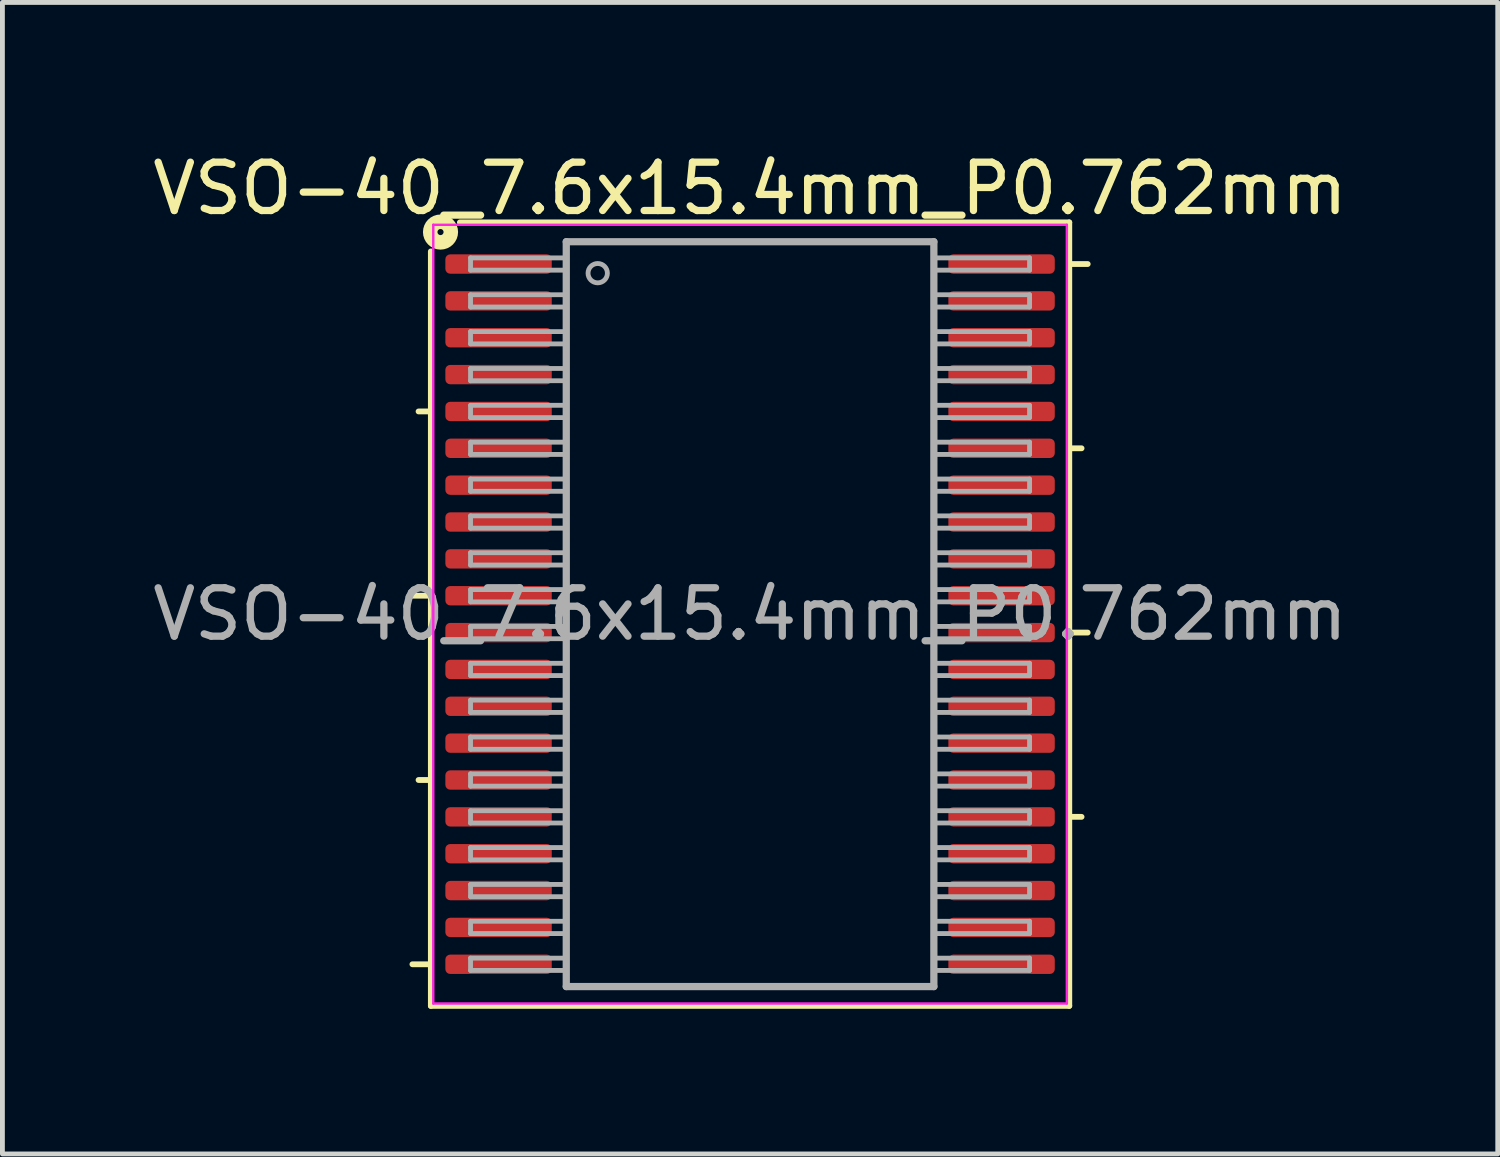
<source format=kicad_pcb>
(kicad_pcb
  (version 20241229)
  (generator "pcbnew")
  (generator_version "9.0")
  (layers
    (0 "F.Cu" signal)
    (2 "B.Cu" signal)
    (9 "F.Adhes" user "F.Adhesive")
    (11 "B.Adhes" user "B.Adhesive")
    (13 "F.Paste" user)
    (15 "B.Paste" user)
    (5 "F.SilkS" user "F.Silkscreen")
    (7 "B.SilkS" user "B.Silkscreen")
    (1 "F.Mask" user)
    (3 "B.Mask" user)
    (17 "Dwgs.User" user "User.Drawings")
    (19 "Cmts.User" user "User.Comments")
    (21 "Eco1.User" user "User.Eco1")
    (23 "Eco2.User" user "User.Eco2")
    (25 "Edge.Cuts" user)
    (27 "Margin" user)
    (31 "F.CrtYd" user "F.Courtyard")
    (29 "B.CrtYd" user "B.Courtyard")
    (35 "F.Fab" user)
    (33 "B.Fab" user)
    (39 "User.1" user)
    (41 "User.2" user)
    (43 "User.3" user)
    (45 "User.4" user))
  (footprint "VSO-40_7.6x15.4mm_P0.762mm"
    (layer "F.Cu")
    (at 12.458 9.648)
    (property "Reference" "VSO-40_7.6x15.4mm_P0.762mm" (at 0 -8.8 0) (layer "F.SilkS") (effects (font (size 1 1) (thickness 0.15))))
    (attr smd)
    (fp_line (start -6.663 -0.381) (end -6.981 -0.381) (stroke (width 0.12) (type solid)) (layer "F.SilkS"))
    (fp_line (start -6.6 -7.5) (end -6.6 8.1) (stroke (width 0.12) (type solid)) (layer "F.SilkS"))
    (fp_line (start -6.6 -4.191) (end -6.854 -4.191) (stroke (width 0.12) (type solid)) (layer "F.SilkS"))
    (fp_line (start -6.6 3.429) (end -6.854 3.429) (stroke (width 0.12) (type solid)) (layer "F.SilkS"))
    (fp_line (start -6.6 7.239) (end -6.981 7.239) (stroke (width 0.12) (type solid)) (layer "F.SilkS"))
    (fp_line (start -6.6 8.1) (end 6.6 8.1) (stroke (width 0.12) (type solid)) (layer "F.SilkS"))
    (fp_line (start 6.6 -8.1) (end -6 -8.1) (stroke (width 0.12) (type solid)) (layer "F.SilkS"))
    (fp_line (start 6.6 -7.239) (end 6.981 -7.239) (stroke (width 0.12) (type solid)) (layer "F.SilkS"))
    (fp_line (start 6.6 -3.429) (end 6.854 -3.429) (stroke (width 0.12) (type solid)) (layer "F.SilkS"))
    (fp_line (start 6.6 0.381) (end 6.981 0.381) (stroke (width 0.12) (type solid)) (layer "F.SilkS"))
    (fp_line (start 6.6 4.191) (end 6.854 4.191) (stroke (width 0.12) (type solid)) (layer "F.SilkS"))
    (fp_line (start 6.6 8.1) (end 6.6 -8.1) (stroke (width 0.12) (type solid)) (layer "F.SilkS"))
    (fp_circle (center -6.4 -7.9) (end -6.337 -7.9) (stroke (width 0.3) (type solid)) (fill no) (layer "F.SilkS"))
    (fp_line (start -6.55 -8.05) (end -6.55 8.05) (stroke (width 0.05) (type solid)) (layer "F.CrtYd"))
    (fp_line (start -6.55 -8.05) (end 6.55 -8.05) (stroke (width 0.05) (type solid)) (layer "F.CrtYd"))
    (fp_line (start -6.55 8.05) (end 6.55 8.05) (stroke (width 0.05) (type solid)) (layer "F.CrtYd"))
    (fp_line (start 6.55 -8.05) (end 6.55 8.05) (stroke (width 0.05) (type solid)) (layer "F.CrtYd"))
    (fp_line (start -5.779 -7.366) (end -5.779 -7.112) (stroke (width 0.1) (type solid)) (layer "F.Fab"))
    (fp_line (start -5.779 -7.366) (end -3.81 -7.366) (stroke (width 0.1) (type solid)) (layer "F.Fab"))
    (fp_line (start -5.779 -7.112) (end -3.81 -7.112) (stroke (width 0.1) (type solid)) (layer "F.Fab"))
    (fp_line (start -5.779 -6.604) (end -5.779 -6.35) (stroke (width 0.1) (type solid)) (layer "F.Fab"))
    (fp_line (start -5.779 -6.604) (end -3.81 -6.604) (stroke (width 0.1) (type solid)) (layer "F.Fab"))
    (fp_line (start -5.779 -6.35) (end -3.81 -6.35) (stroke (width 0.1) (type solid)) (layer "F.Fab"))
    (fp_line (start -5.779 -5.842) (end -5.779 -5.588) (stroke (width 0.1) (type solid)) (layer "F.Fab"))
    (fp_line (start -5.779 -5.842) (end -3.81 -5.842) (stroke (width 0.1) (type solid)) (layer "F.Fab"))
    (fp_line (start -5.779 -5.588) (end -3.81 -5.588) (stroke (width 0.1) (type solid)) (layer "F.Fab"))
    (fp_line (start -5.779 -5.08) (end -5.779 -4.826) (stroke (width 0.1) (type solid)) (layer "F.Fab"))
    (fp_line (start -5.779 -5.08) (end -3.81 -5.08) (stroke (width 0.1) (type solid)) (layer "F.Fab"))
    (fp_line (start -5.779 -4.826) (end -3.81 -4.826) (stroke (width 0.1) (type solid)) (layer "F.Fab"))
    (fp_line (start -5.779 -4.318) (end -5.779 -4.064) (stroke (width 0.1) (type solid)) (layer "F.Fab"))
    (fp_line (start -5.779 -4.318) (end -3.81 -4.318) (stroke (width 0.1) (type solid)) (layer "F.Fab"))
    (fp_line (start -5.779 -4.064) (end -3.81 -4.064) (stroke (width 0.1) (type solid)) (layer "F.Fab"))
    (fp_line (start -5.779 -3.556) (end -5.779 -3.302) (stroke (width 0.1) (type solid)) (layer "F.Fab"))
    (fp_line (start -5.779 -3.556) (end -3.81 -3.556) (stroke (width 0.1) (type solid)) (layer "F.Fab"))
    (fp_line (start -5.779 -3.302) (end -3.81 -3.302) (stroke (width 0.1) (type solid)) (layer "F.Fab"))
    (fp_line (start -5.779 -2.794) (end -5.779 -2.54) (stroke (width 0.1) (type solid)) (layer "F.Fab"))
    (fp_line (start -5.779 -2.794) (end -3.81 -2.794) (stroke (width 0.1) (type solid)) (layer "F.Fab"))
    (fp_line (start -5.779 -2.54) (end -3.81 -2.54) (stroke (width 0.1) (type solid)) (layer "F.Fab"))
    (fp_line (start -5.779 -2.032) (end -5.779 -1.778) (stroke (width 0.1) (type solid)) (layer "F.Fab"))
    (fp_line (start -5.779 -2.032) (end -3.81 -2.032) (stroke (width 0.1) (type solid)) (layer "F.Fab"))
    (fp_line (start -5.779 -1.778) (end -3.81 -1.778) (stroke (width 0.1) (type solid)) (layer "F.Fab"))
    (fp_line (start -5.779 -1.27) (end -5.779 -1.016) (stroke (width 0.1) (type solid)) (layer "F.Fab"))
    (fp_line (start -5.779 -1.27) (end -3.81 -1.27) (stroke (width 0.1) (type solid)) (layer "F.Fab"))
    (fp_line (start -5.779 -1.016) (end -3.81 -1.016) (stroke (width 0.1) (type solid)) (layer "F.Fab"))
    (fp_line (start -5.779 -0.508) (end -5.779 -0.254) (stroke (width 0.1) (type solid)) (layer "F.Fab"))
    (fp_line (start -5.779 -0.508) (end -3.81 -0.508) (stroke (width 0.1) (type solid)) (layer "F.Fab"))
    (fp_line (start -5.779 -0.254) (end -3.81 -0.254) (stroke (width 0.1) (type solid)) (layer "F.Fab"))
    (fp_line (start -5.779 0.254) (end -5.779 0.508) (stroke (width 0.1) (type solid)) (layer "F.Fab"))
    (fp_line (start -5.779 0.254) (end -3.81 0.254) (stroke (width 0.1) (type solid)) (layer "F.Fab"))
    (fp_line (start -5.779 0.508) (end -3.81 0.508) (stroke (width 0.1) (type solid)) (layer "F.Fab"))
    (fp_line (start -5.779 1.016) (end -5.779 1.27) (stroke (width 0.1) (type solid)) (layer "F.Fab"))
    (fp_line (start -5.779 1.016) (end -3.81 1.016) (stroke (width 0.1) (type solid)) (layer "F.Fab"))
    (fp_line (start -5.779 1.27) (end -3.81 1.27) (stroke (width 0.1) (type solid)) (layer "F.Fab"))
    (fp_line (start -5.779 1.778) (end -5.779 2.032) (stroke (width 0.1) (type solid)) (layer "F.Fab"))
    (fp_line (start -5.779 1.778) (end -3.81 1.778) (stroke (width 0.1) (type solid)) (layer "F.Fab"))
    (fp_line (start -5.779 2.032) (end -3.81 2.032) (stroke (width 0.1) (type solid)) (layer "F.Fab"))
    (fp_line (start -5.779 2.54) (end -5.779 2.794) (stroke (width 0.1) (type solid)) (layer "F.Fab"))
    (fp_line (start -5.779 2.54) (end -3.81 2.54) (stroke (width 0.1) (type solid)) (layer "F.Fab"))
    (fp_line (start -5.779 2.794) (end -3.81 2.794) (stroke (width 0.1) (type solid)) (layer "F.Fab"))
    (fp_line (start -5.779 3.302) (end -5.779 3.556) (stroke (width 0.1) (type solid)) (layer "F.Fab"))
    (fp_line (start -5.779 3.302) (end -3.81 3.302) (stroke (width 0.1) (type solid)) (layer "F.Fab"))
    (fp_line (start -5.779 3.556) (end -3.81 3.556) (stroke (width 0.1) (type solid)) (layer "F.Fab"))
    (fp_line (start -5.779 4.064) (end -5.779 4.318) (stroke (width 0.1) (type solid)) (layer "F.Fab"))
    (fp_line (start -5.779 4.064) (end -3.81 4.064) (stroke (width 0.1) (type solid)) (layer "F.Fab"))
    (fp_line (start -5.779 4.318) (end -3.81 4.318) (stroke (width 0.1) (type solid)) (layer "F.Fab"))
    (fp_line (start -5.779 4.826) (end -5.779 5.08) (stroke (width 0.1) (type solid)) (layer "F.Fab"))
    (fp_line (start -5.779 4.826) (end -3.81 4.826) (stroke (width 0.1) (type solid)) (layer "F.Fab"))
    (fp_line (start -5.779 5.08) (end -3.81 5.08) (stroke (width 0.1) (type solid)) (layer "F.Fab"))
    (fp_line (start -5.779 5.588) (end -5.779 5.842) (stroke (width 0.1) (type solid)) (layer "F.Fab"))
    (fp_line (start -5.779 5.588) (end -3.81 5.588) (stroke (width 0.1) (type solid)) (layer "F.Fab"))
    (fp_line (start -5.779 5.842) (end -3.81 5.842) (stroke (width 0.1) (type solid)) (layer "F.Fab"))
    (fp_line (start -5.779 6.35) (end -5.779 6.604) (stroke (width 0.1) (type solid)) (layer "F.Fab"))
    (fp_line (start -5.779 6.35) (end -3.81 6.35) (stroke (width 0.1) (type solid)) (layer "F.Fab"))
    (fp_line (start -5.779 6.604) (end -3.81 6.604) (stroke (width 0.1) (type solid)) (layer "F.Fab"))
    (fp_line (start -5.779 7.112) (end -5.779 7.366) (stroke (width 0.1) (type solid)) (layer "F.Fab"))
    (fp_line (start -5.779 7.112) (end -3.81 7.112) (stroke (width 0.1) (type solid)) (layer "F.Fab"))
    (fp_line (start -5.779 7.366) (end -3.81 7.366) (stroke (width 0.1) (type solid)) (layer "F.Fab"))
    (fp_line (start -3.8 -7.7) (end 3.8 -7.7) (stroke (width 0.15) (type solid)) (layer "F.Fab"))
    (fp_line (start -3.8 7.7) (end -3.8 -7.7) (stroke (width 0.15) (type solid)) (layer "F.Fab"))
    (fp_line (start 3.8 -7.7) (end 3.8 7.7) (stroke (width 0.15) (type solid)) (layer "F.Fab"))
    (fp_line (start 3.8 7.7) (end -3.8 7.7) (stroke (width 0.15) (type solid)) (layer "F.Fab"))
    (fp_line (start 5.779 -7.366) (end 3.81 -7.366) (stroke (width 0.1) (type solid)) (layer "F.Fab"))
    (fp_line (start 5.779 -7.112) (end 3.81 -7.112) (stroke (width 0.1) (type solid)) (layer "F.Fab"))
    (fp_line (start 5.779 -7.112) (end 5.779 -7.366) (stroke (width 0.1) (type solid)) (layer "F.Fab"))
    (fp_line (start 5.779 -6.604) (end 3.81 -6.604) (stroke (width 0.1) (type solid)) (layer "F.Fab"))
    (fp_line (start 5.779 -6.35) (end 3.81 -6.35) (stroke (width 0.1) (type solid)) (layer "F.Fab"))
    (fp_line (start 5.779 -6.35) (end 5.779 -6.604) (stroke (width 0.1) (type solid)) (layer "F.Fab"))
    (fp_line (start 5.779 -5.842) (end 3.81 -5.842) (stroke (width 0.1) (type solid)) (layer "F.Fab"))
    (fp_line (start 5.779 -5.588) (end 3.81 -5.588) (stroke (width 0.1) (type solid)) (layer "F.Fab"))
    (fp_line (start 5.779 -5.588) (end 5.779 -5.842) (stroke (width 0.1) (type solid)) (layer "F.Fab"))
    (fp_line (start 5.779 -5.08) (end 3.81 -5.08) (stroke (width 0.1) (type solid)) (layer "F.Fab"))
    (fp_line (start 5.779 -4.826) (end 3.81 -4.826) (stroke (width 0.1) (type solid)) (layer "F.Fab"))
    (fp_line (start 5.779 -4.826) (end 5.779 -5.08) (stroke (width 0.1) (type solid)) (layer "F.Fab"))
    (fp_line (start 5.779 -4.318) (end 3.81 -4.318) (stroke (width 0.1) (type solid)) (layer "F.Fab"))
    (fp_line (start 5.779 -4.064) (end 3.81 -4.064) (stroke (width 0.1) (type solid)) (layer "F.Fab"))
    (fp_line (start 5.779 -4.064) (end 5.779 -4.318) (stroke (width 0.1) (type solid)) (layer "F.Fab"))
    (fp_line (start 5.779 -3.556) (end 3.81 -3.556) (stroke (width 0.1) (type solid)) (layer "F.Fab"))
    (fp_line (start 5.779 -3.302) (end 3.81 -3.302) (stroke (width 0.1) (type solid)) (layer "F.Fab"))
    (fp_line (start 5.779 -3.302) (end 5.779 -3.556) (stroke (width 0.1) (type solid)) (layer "F.Fab"))
    (fp_line (start 5.779 -2.794) (end 3.81 -2.794) (stroke (width 0.1) (type solid)) (layer "F.Fab"))
    (fp_line (start 5.779 -2.54) (end 3.81 -2.54) (stroke (width 0.1) (type solid)) (layer "F.Fab"))
    (fp_line (start 5.779 -2.54) (end 5.779 -2.794) (stroke (width 0.1) (type solid)) (layer "F.Fab"))
    (fp_line (start 5.779 -2.032) (end 3.81 -2.032) (stroke (width 0.1) (type solid)) (layer "F.Fab"))
    (fp_line (start 5.779 -1.778) (end 3.81 -1.778) (stroke (width 0.1) (type solid)) (layer "F.Fab"))
    (fp_line (start 5.779 -1.778) (end 5.779 -2.032) (stroke (width 0.1) (type solid)) (layer "F.Fab"))
    (fp_line (start 5.779 -1.27) (end 3.81 -1.27) (stroke (width 0.1) (type solid)) (layer "F.Fab"))
    (fp_line (start 5.779 -1.016) (end 3.81 -1.016) (stroke (width 0.1) (type solid)) (layer "F.Fab"))
    (fp_line (start 5.779 -1.016) (end 5.779 -1.27) (stroke (width 0.1) (type solid)) (layer "F.Fab"))
    (fp_line (start 5.779 -0.508) (end 3.81 -0.508) (stroke (width 0.1) (type solid)) (layer "F.Fab"))
    (fp_line (start 5.779 -0.254) (end 3.81 -0.254) (stroke (width 0.1) (type solid)) (layer "F.Fab"))
    (fp_line (start 5.779 -0.254) (end 5.779 -0.508) (stroke (width 0.1) (type solid)) (layer "F.Fab"))
    (fp_line (start 5.779 0.254) (end 3.81 0.254) (stroke (width 0.1) (type solid)) (layer "F.Fab"))
    (fp_line (start 5.779 0.508) (end 3.81 0.508) (stroke (width 0.1) (type solid)) (layer "F.Fab"))
    (fp_line (start 5.779 0.508) (end 5.779 0.254) (stroke (width 0.1) (type solid)) (layer "F.Fab"))
    (fp_line (start 5.779 1.016) (end 3.81 1.016) (stroke (width 0.1) (type solid)) (layer "F.Fab"))
    (fp_line (start 5.779 1.27) (end 3.81 1.27) (stroke (width 0.1) (type solid)) (layer "F.Fab"))
    (fp_line (start 5.779 1.27) (end 5.779 1.016) (stroke (width 0.1) (type solid)) (layer "F.Fab"))
    (fp_line (start 5.779 1.778) (end 3.81 1.778) (stroke (width 0.1) (type solid)) (layer "F.Fab"))
    (fp_line (start 5.779 2.032) (end 3.81 2.032) (stroke (width 0.1) (type solid)) (layer "F.Fab"))
    (fp_line (start 5.779 2.032) (end 5.779 1.778) (stroke (width 0.1) (type solid)) (layer "F.Fab"))
    (fp_line (start 5.779 2.54) (end 3.81 2.54) (stroke (width 0.1) (type solid)) (layer "F.Fab"))
    (fp_line (start 5.779 2.794) (end 3.81 2.794) (stroke (width 0.1) (type solid)) (layer "F.Fab"))
    (fp_line (start 5.779 2.794) (end 5.779 2.54) (stroke (width 0.1) (type solid)) (layer "F.Fab"))
    (fp_line (start 5.779 3.302) (end 3.81 3.302) (stroke (width 0.1) (type solid)) (layer "F.Fab"))
    (fp_line (start 5.779 3.556) (end 3.81 3.556) (stroke (width 0.1) (type solid)) (layer "F.Fab"))
    (fp_line (start 5.779 3.556) (end 5.779 3.302) (stroke (width 0.1) (type solid)) (layer "F.Fab"))
    (fp_line (start 5.779 4.064) (end 3.81 4.064) (stroke (width 0.1) (type solid)) (layer "F.Fab"))
    (fp_line (start 5.779 4.318) (end 3.81 4.318) (stroke (width 0.1) (type solid)) (layer "F.Fab"))
    (fp_line (start 5.779 4.318) (end 5.779 4.064) (stroke (width 0.1) (type solid)) (layer "F.Fab"))
    (fp_line (start 5.779 4.826) (end 3.81 4.826) (stroke (width 0.1) (type solid)) (layer "F.Fab"))
    (fp_line (start 5.779 5.08) (end 3.81 5.08) (stroke (width 0.1) (type solid)) (layer "F.Fab"))
    (fp_line (start 5.779 5.08) (end 5.779 4.826) (stroke (width 0.1) (type solid)) (layer "F.Fab"))
    (fp_line (start 5.779 5.588) (end 3.81 5.588) (stroke (width 0.1) (type solid)) (layer "F.Fab"))
    (fp_line (start 5.779 5.842) (end 3.81 5.842) (stroke (width 0.1) (type solid)) (layer "F.Fab"))
    (fp_line (start 5.779 5.842) (end 5.779 5.588) (stroke (width 0.1) (type solid)) (layer "F.Fab"))
    (fp_line (start 5.779 6.35) (end 3.81 6.35) (stroke (width 0.1) (type solid)) (layer "F.Fab"))
    (fp_line (start 5.779 6.604) (end 3.81 6.604) (stroke (width 0.1) (type solid)) (layer "F.Fab"))
    (fp_line (start 5.779 6.604) (end 5.779 6.35) (stroke (width 0.1) (type solid)) (layer "F.Fab"))
    (fp_line (start 5.779 7.112) (end 3.81 7.112) (stroke (width 0.1) (type solid)) (layer "F.Fab"))
    (fp_line (start 5.779 7.366) (end 3.81 7.366) (stroke (width 0.1) (type solid)) (layer "F.Fab"))
    (fp_line (start 5.779 7.366) (end 5.779 7.112) (stroke (width 0.1) (type solid)) (layer "F.Fab"))
    (fp_circle (center -3.15 -7.05) (end -2.95 -7.05) (stroke (width 0.1) (type solid)) (fill no) (layer "F.Fab"))
    (fp_text user "${REFERENCE}" (at 0 0 0) (layer "F.Fab") (effects (font (size 1 1) (thickness 0.15))))
    (pad "1" smd roundrect (at -5.2 -7.239) (size 2.2 0.4) (layers "F.Cu" "F.Mask" "F.Paste") (roundrect_rratio 0.25))
    (pad "2" smd roundrect (at -5.2 -6.477) (size 2.2 0.4) (layers "F.Cu" "F.Mask" "F.Paste") (roundrect_rratio 0.25))
    (pad "3" smd roundrect (at -5.2 -5.715) (size 2.2 0.4) (layers "F.Cu" "F.Mask" "F.Paste") (roundrect_rratio 0.25))
    (pad "4" smd roundrect (at -5.2 -4.953) (size 2.2 0.4) (layers "F.Cu" "F.Mask" "F.Paste") (roundrect_rratio 0.25))
    (pad "5" smd roundrect (at -5.2 -4.191) (size 2.2 0.4) (layers "F.Cu" "F.Mask" "F.Paste") (roundrect_rratio 0.25))
    (pad "6" smd roundrect (at -5.2 -3.429) (size 2.2 0.4) (layers "F.Cu" "F.Mask" "F.Paste") (roundrect_rratio 0.25))
    (pad "7" smd roundrect (at -5.2 -2.667) (size 2.2 0.4) (layers "F.Cu" "F.Mask" "F.Paste") (roundrect_rratio 0.25))
    (pad "8" smd roundrect (at -5.2 -1.905) (size 2.2 0.4) (layers "F.Cu" "F.Mask" "F.Paste") (roundrect_rratio 0.25))
    (pad "9" smd roundrect (at -5.2 -1.143) (size 2.2 0.4) (layers "F.Cu" "F.Mask" "F.Paste") (roundrect_rratio 0.25))
    (pad "10" smd roundrect (at -5.2 -0.381) (size 2.2 0.4) (layers "F.Cu" "F.Mask" "F.Paste") (roundrect_rratio 0.25))
    (pad "11" smd roundrect (at -5.2 0.381) (size 2.2 0.4) (layers "F.Cu" "F.Mask" "F.Paste") (roundrect_rratio 0.25))
    (pad "12" smd roundrect (at -5.2 1.143) (size 2.2 0.4) (layers "F.Cu" "F.Mask" "F.Paste") (roundrect_rratio 0.25))
    (pad "13" smd roundrect (at -5.2 1.905) (size 2.2 0.4) (layers "F.Cu" "F.Mask" "F.Paste") (roundrect_rratio 0.25))
    (pad "14" smd roundrect (at -5.2 2.667) (size 2.2 0.4) (layers "F.Cu" "F.Mask" "F.Paste") (roundrect_rratio 0.25))
    (pad "15" smd roundrect (at -5.2 3.429) (size 2.2 0.4) (layers "F.Cu" "F.Mask" "F.Paste") (roundrect_rratio 0.25))
    (pad "16" smd roundrect (at -5.2 4.191) (size 2.2 0.4) (layers "F.Cu" "F.Mask" "F.Paste") (roundrect_rratio 0.25))
    (pad "17" smd roundrect (at -5.2 4.953) (size 2.2 0.4) (layers "F.Cu" "F.Mask" "F.Paste") (roundrect_rratio 0.25))
    (pad "18" smd roundrect (at -5.2 5.715) (size 2.2 0.4) (layers "F.Cu" "F.Mask" "F.Paste") (roundrect_rratio 0.25))
    (pad "19" smd roundrect (at -5.2 6.477) (size 2.2 0.4) (layers "F.Cu" "F.Mask" "F.Paste") (roundrect_rratio 0.25))
    (pad "20" smd roundrect (at -5.2 7.239) (size 2.2 0.4) (layers "F.Cu" "F.Mask" "F.Paste") (roundrect_rratio 0.25))
    (pad "21" smd roundrect (at 5.2 7.239) (size 2.2 0.4) (layers "F.Cu" "F.Mask" "F.Paste") (roundrect_rratio 0.25))
    (pad "22" smd roundrect (at 5.2 6.477) (size 2.2 0.4) (layers "F.Cu" "F.Mask" "F.Paste") (roundrect_rratio 0.25))
    (pad "23" smd roundrect (at 5.2 5.715) (size 2.2 0.4) (layers "F.Cu" "F.Mask" "F.Paste") (roundrect_rratio 0.25))
    (pad "24" smd roundrect (at 5.2 4.953) (size 2.2 0.4) (layers "F.Cu" "F.Mask" "F.Paste") (roundrect_rratio 0.25))
    (pad "25" smd roundrect (at 5.2 4.191) (size 2.2 0.4) (layers "F.Cu" "F.Mask" "F.Paste") (roundrect_rratio 0.25))
    (pad "26" smd roundrect (at 5.2 3.429) (size 2.2 0.4) (layers "F.Cu" "F.Mask" "F.Paste") (roundrect_rratio 0.25))
    (pad "27" smd roundrect (at 5.2 2.667) (size 2.2 0.4) (layers "F.Cu" "F.Mask" "F.Paste") (roundrect_rratio 0.25))
    (pad "28" smd roundrect (at 5.2 1.905) (size 2.2 0.4) (layers "F.Cu" "F.Mask" "F.Paste") (roundrect_rratio 0.25))
    (pad "29" smd roundrect (at 5.2 1.143) (size 2.2 0.4) (layers "F.Cu" "F.Mask" "F.Paste") (roundrect_rratio 0.25))
    (pad "30" smd roundrect (at 5.2 0.381) (size 2.2 0.4) (layers "F.Cu" "F.Mask" "F.Paste") (roundrect_rratio 0.25))
    (pad "31" smd roundrect (at 5.2 -0.381) (size 2.2 0.4) (layers "F.Cu" "F.Mask" "F.Paste") (roundrect_rratio 0.25))
    (pad "32" smd roundrect (at 5.2 -1.143) (size 2.2 0.4) (layers "F.Cu" "F.Mask" "F.Paste") (roundrect_rratio 0.25))
    (pad "33" smd roundrect (at 5.2 -1.905) (size 2.2 0.4) (layers "F.Cu" "F.Mask" "F.Paste") (roundrect_rratio 0.25))
    (pad "34" smd roundrect (at 5.2 -2.667) (size 2.2 0.4) (layers "F.Cu" "F.Mask" "F.Paste") (roundrect_rratio 0.25))
    (pad "35" smd roundrect (at 5.2 -3.429) (size 2.2 0.4) (layers "F.Cu" "F.Mask" "F.Paste") (roundrect_rratio 0.25))
    (pad "36" smd roundrect (at 5.2 -4.191) (size 2.2 0.4) (layers "F.Cu" "F.Mask" "F.Paste") (roundrect_rratio 0.25))
    (pad "37" smd roundrect (at 5.2 -4.953) (size 2.2 0.4) (layers "F.Cu" "F.Mask" "F.Paste") (roundrect_rratio 0.25))
    (pad "38" smd roundrect (at 5.2 -5.715) (size 2.2 0.4) (layers "F.Cu" "F.Mask" "F.Paste") (roundrect_rratio 0.25))
    (pad "39" smd roundrect (at 5.2 -6.477) (size 2.2 0.4) (layers "F.Cu" "F.Mask" "F.Paste") (roundrect_rratio 0.25))
    (pad "40" smd roundrect (at 5.2 -7.239) (size 2.2 0.4) (layers "F.Cu" "F.Mask" "F.Paste") (roundrect_rratio 0.25)))
  (gr_rect
    (start -3 -3)
    (end 27.917 20.808)
    (stroke (width 0.1) (type default))
    (fill no)
    (layer "Edge.Cuts")))
</source>
